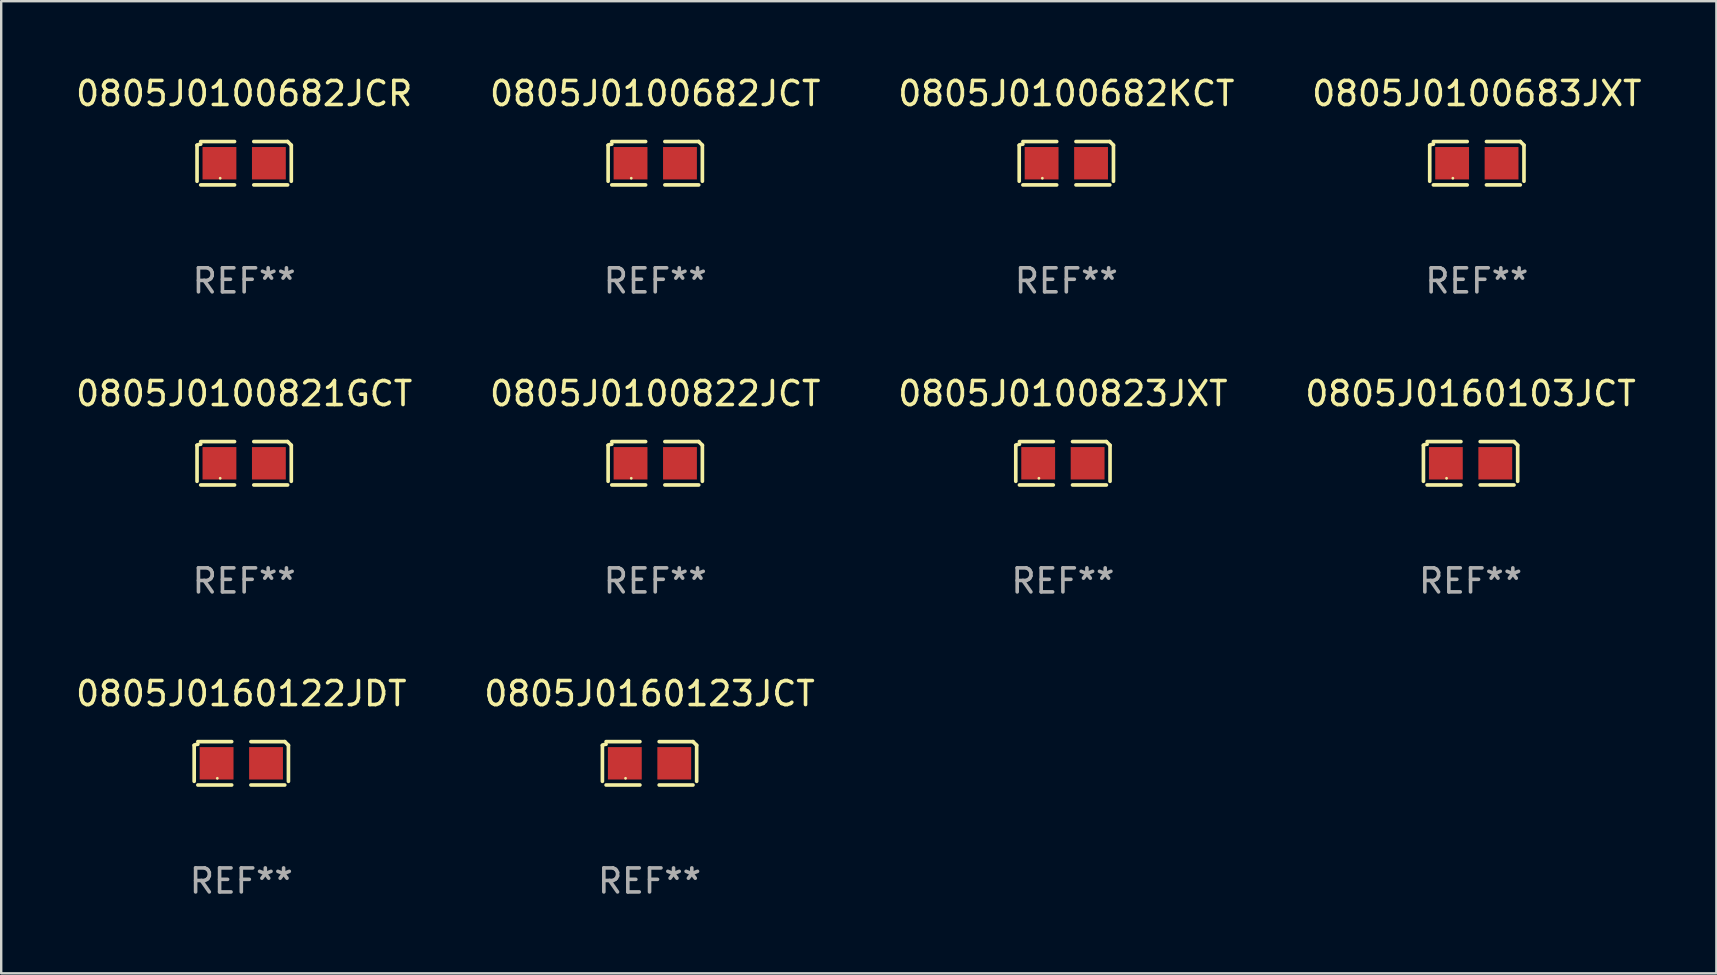
<source format=kicad_pcb>
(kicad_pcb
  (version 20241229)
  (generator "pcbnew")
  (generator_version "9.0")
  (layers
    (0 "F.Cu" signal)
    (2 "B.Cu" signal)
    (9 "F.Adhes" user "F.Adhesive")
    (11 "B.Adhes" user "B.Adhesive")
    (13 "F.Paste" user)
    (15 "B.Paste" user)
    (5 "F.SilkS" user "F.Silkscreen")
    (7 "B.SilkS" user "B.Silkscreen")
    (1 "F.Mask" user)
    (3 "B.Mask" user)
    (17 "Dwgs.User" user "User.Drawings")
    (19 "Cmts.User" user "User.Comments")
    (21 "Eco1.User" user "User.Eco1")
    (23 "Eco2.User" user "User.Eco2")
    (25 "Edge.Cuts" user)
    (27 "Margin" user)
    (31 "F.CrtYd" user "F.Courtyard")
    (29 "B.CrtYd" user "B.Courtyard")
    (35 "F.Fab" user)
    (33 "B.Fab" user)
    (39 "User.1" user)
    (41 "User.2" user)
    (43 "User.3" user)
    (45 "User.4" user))
  (footprint "0805J0100682JCR"
    (layer "F.Cu")
    (at 7.125 3.752)
    (property "Reference" "0805J0100682JCR" (at 0 -2.904 0) (layer "F.SilkS") (effects (font (size 1 1) (thickness 0.15))))
    (attr through_hole)
    (fp_line (start -1.964 0.751) (end -1.964 -0.751) (stroke (width 0.152) (type solid)) (layer "F.SilkS"))
    (fp_line (start -1.811 -0.904) (end -0.401 -0.904) (stroke (width 0.152) (type solid)) (layer "F.SilkS"))
    (fp_line (start -0.401 0.904) (end -1.811 0.904) (stroke (width 0.152) (type solid)) (layer "F.SilkS"))
    (fp_line (start 0.401 0.904) (end 1.811 0.904) (stroke (width 0.152) (type solid)) (layer "F.SilkS"))
    (fp_line (start 1.811 -0.904) (end 0.401 -0.904) (stroke (width 0.152) (type solid)) (layer "F.SilkS"))
    (fp_line (start 1.964 0.751) (end 1.964 -0.751) (stroke (width 0.152) (type solid)) (layer "F.SilkS"))
    (fp_arc (start -1.963602 -0.751207) (mid -1.890354 -0.783131) (end -1.811201 -0.794044) (stroke (width 0.1524) (type solid)) (layer "F.SilkS"))
    (fp_arc (start 1.811202 -0.903607) (mid 1.887413 -0.827418) (end 1.963602 -0.751207) (stroke (width 0.1524) (type solid)) (layer "F.SilkS"))
    (fp_circle (center -1 0.625) (end -0.97 0.625) (stroke (width 0.06) (type solid)) (fill no) (layer "F.SilkS"))
    (fp_text user "REF**" (at 0 4.904 0) (layer "F.Fab") (effects (font (size 1 1) (thickness 0.15))))
    (pad "1" smd rect (at -1.03 0) (size 1.41 1.35) (layers "F.Cu" "F.Mask" "F.Paste"))
    (pad "2" smd rect (at 1.03 0) (size 1.41 1.35) (layers "F.Cu" "F.Mask" "F.Paste")))
  (footprint "0805J0100822JCT"
    (layer "F.Cu")
    (at 24.256 16.256)
    (property "Reference" "0805J0100822JCT" (at 0 -2.904 0) (layer "F.SilkS") (effects (font (size 1 1) (thickness 0.15))))
    (attr through_hole)
    (fp_line (start -1.964 0.751) (end -1.964 -0.751) (stroke (width 0.152) (type solid)) (layer "F.SilkS"))
    (fp_line (start -1.811 -0.904) (end -0.401 -0.904) (stroke (width 0.152) (type solid)) (layer "F.SilkS"))
    (fp_line (start -0.401 0.904) (end -1.811 0.904) (stroke (width 0.152) (type solid)) (layer "F.SilkS"))
    (fp_line (start 0.401 0.904) (end 1.811 0.904) (stroke (width 0.152) (type solid)) (layer "F.SilkS"))
    (fp_line (start 1.811 -0.904) (end 0.401 -0.904) (stroke (width 0.152) (type solid)) (layer "F.SilkS"))
    (fp_line (start 1.964 0.751) (end 1.964 -0.751) (stroke (width 0.152) (type solid)) (layer "F.SilkS"))
    (fp_arc (start -1.963602 -0.751207) (mid -1.890354 -0.783131) (end -1.811201 -0.794044) (stroke (width 0.1524) (type solid)) (layer "F.SilkS"))
    (fp_arc (start 1.811202 -0.903607) (mid 1.887413 -0.827418) (end 1.963602 -0.751207) (stroke (width 0.1524) (type solid)) (layer "F.SilkS"))
    (fp_circle (center -1 0.625) (end -0.97 0.625) (stroke (width 0.06) (type solid)) (fill no) (layer "F.SilkS"))
    (fp_text user "REF**" (at 0 4.904 0) (layer "F.Fab") (effects (font (size 1 1) (thickness 0.15))))
    (pad "1" smd rect (at -1.03 0) (size 1.41 1.35) (layers "F.Cu" "F.Mask" "F.Paste"))
    (pad "2" smd rect (at 1.03 0) (size 1.41 1.35) (layers "F.Cu" "F.Mask" "F.Paste")))
  (footprint "0805J0100821GCT"
    (layer "F.Cu")
    (at 7.125 16.256)
    (property "Reference" "0805J0100821GCT" (at 0 -2.904 0) (layer "F.SilkS") (effects (font (size 1 1) (thickness 0.15))))
    (attr through_hole)
    (fp_line (start -1.964 0.751) (end -1.964 -0.751) (stroke (width 0.152) (type solid)) (layer "F.SilkS"))
    (fp_line (start -1.811 -0.904) (end -0.401 -0.904) (stroke (width 0.152) (type solid)) (layer "F.SilkS"))
    (fp_line (start -0.401 0.904) (end -1.811 0.904) (stroke (width 0.152) (type solid)) (layer "F.SilkS"))
    (fp_line (start 0.401 0.904) (end 1.811 0.904) (stroke (width 0.152) (type solid)) (layer "F.SilkS"))
    (fp_line (start 1.811 -0.904) (end 0.401 -0.904) (stroke (width 0.152) (type solid)) (layer "F.SilkS"))
    (fp_line (start 1.964 0.751) (end 1.964 -0.751) (stroke (width 0.152) (type solid)) (layer "F.SilkS"))
    (fp_arc (start -1.963602 -0.751207) (mid -1.890354 -0.783131) (end -1.811201 -0.794044) (stroke (width 0.1524) (type solid)) (layer "F.SilkS"))
    (fp_arc (start 1.811202 -0.903607) (mid 1.887413 -0.827418) (end 1.963602 -0.751207) (stroke (width 0.1524) (type solid)) (layer "F.SilkS"))
    (fp_circle (center -1 0.625) (end -0.97 0.625) (stroke (width 0.06) (type solid)) (fill no) (layer "F.SilkS"))
    (fp_text user "REF**" (at 0 4.904 0) (layer "F.Fab") (effects (font (size 1 1) (thickness 0.15))))
    (pad "1" smd rect (at -1.03 0) (size 1.41 1.35) (layers "F.Cu" "F.Mask" "F.Paste"))
    (pad "2" smd rect (at 1.03 0) (size 1.41 1.35) (layers "F.Cu" "F.Mask" "F.Paste")))
  (footprint "0805J0160123JCT"
    (layer "F.Cu")
    (at 24.018 28.759)
    (property "Reference" "0805J0160123JCT" (at 0 -2.904 0) (layer "F.SilkS") (effects (font (size 1 1) (thickness 0.15))))
    (attr through_hole)
    (fp_line (start -1.964 0.751) (end -1.964 -0.751) (stroke (width 0.152) (type solid)) (layer "F.SilkS"))
    (fp_line (start -1.811 -0.904) (end -0.401 -0.904) (stroke (width 0.152) (type solid)) (layer "F.SilkS"))
    (fp_line (start -0.401 0.904) (end -1.811 0.904) (stroke (width 0.152) (type solid)) (layer "F.SilkS"))
    (fp_line (start 0.401 0.904) (end 1.811 0.904) (stroke (width 0.152) (type solid)) (layer "F.SilkS"))
    (fp_line (start 1.811 -0.904) (end 0.401 -0.904) (stroke (width 0.152) (type solid)) (layer "F.SilkS"))
    (fp_line (start 1.964 0.751) (end 1.964 -0.751) (stroke (width 0.152) (type solid)) (layer "F.SilkS"))
    (fp_arc (start -1.963602 -0.751207) (mid -1.890354 -0.783131) (end -1.811201 -0.794044) (stroke (width 0.1524) (type solid)) (layer "F.SilkS"))
    (fp_arc (start 1.811202 -0.903607) (mid 1.887413 -0.827418) (end 1.963602 -0.751207) (stroke (width 0.1524) (type solid)) (layer "F.SilkS"))
    (fp_circle (center -1 0.625) (end -0.97 0.625) (stroke (width 0.06) (type solid)) (fill no) (layer "F.SilkS"))
    (fp_text user "REF**" (at 0 4.904 0) (layer "F.Fab") (effects (font (size 1 1) (thickness 0.15))))
    (pad "1" smd rect (at -1.03 0) (size 1.41 1.35) (layers "F.Cu" "F.Mask" "F.Paste"))
    (pad "2" smd rect (at 1.03 0) (size 1.41 1.35) (layers "F.Cu" "F.Mask" "F.Paste")))
  (footprint "0805J0100683JXT"
    (layer "F.Cu")
    (at 58.494 3.752)
    (property "Reference" "0805J0100683JXT" (at 0 -2.904 0) (layer "F.SilkS") (effects (font (size 1 1) (thickness 0.15))))
    (attr through_hole)
    (fp_line (start -1.964 0.751) (end -1.964 -0.751) (stroke (width 0.152) (type solid)) (layer "F.SilkS"))
    (fp_line (start -1.811 -0.904) (end -0.401 -0.904) (stroke (width 0.152) (type solid)) (layer "F.SilkS"))
    (fp_line (start -0.401 0.904) (end -1.811 0.904) (stroke (width 0.152) (type solid)) (layer "F.SilkS"))
    (fp_line (start 0.401 0.904) (end 1.811 0.904) (stroke (width 0.152) (type solid)) (layer "F.SilkS"))
    (fp_line (start 1.811 -0.904) (end 0.401 -0.904) (stroke (width 0.152) (type solid)) (layer "F.SilkS"))
    (fp_line (start 1.964 0.751) (end 1.964 -0.751) (stroke (width 0.152) (type solid)) (layer "F.SilkS"))
    (fp_arc (start -1.963602 -0.751207) (mid -1.890354 -0.783131) (end -1.811201 -0.794044) (stroke (width 0.1524) (type solid)) (layer "F.SilkS"))
    (fp_arc (start 1.811202 -0.903607) (mid 1.887413 -0.827418) (end 1.963602 -0.751207) (stroke (width 0.1524) (type solid)) (layer "F.SilkS"))
    (fp_circle (center -1 0.625) (end -0.97 0.625) (stroke (width 0.06) (type solid)) (fill no) (layer "F.SilkS"))
    (fp_text user "REF**" (at 0 4.904 0) (layer "F.Fab") (effects (font (size 1 1) (thickness 0.15))))
    (pad "1" smd rect (at -1.03 0) (size 1.41 1.35) (layers "F.Cu" "F.Mask" "F.Paste"))
    (pad "2" smd rect (at 1.03 0) (size 1.41 1.35) (layers "F.Cu" "F.Mask" "F.Paste")))
  (footprint "0805J0160122JDT"
    (layer "F.Cu")
    (at 7.006 28.759)
    (property "Reference" "0805J0160122JDT" (at 0 -2.904 0) (layer "F.SilkS") (effects (font (size 1 1) (thickness 0.15))))
    (attr through_hole)
    (fp_line (start -1.964 0.751) (end -1.964 -0.751) (stroke (width 0.152) (type solid)) (layer "F.SilkS"))
    (fp_line (start -1.811 -0.904) (end -0.401 -0.904) (stroke (width 0.152) (type solid)) (layer "F.SilkS"))
    (fp_line (start -0.401 0.904) (end -1.811 0.904) (stroke (width 0.152) (type solid)) (layer "F.SilkS"))
    (fp_line (start 0.401 0.904) (end 1.811 0.904) (stroke (width 0.152) (type solid)) (layer "F.SilkS"))
    (fp_line (start 1.811 -0.904) (end 0.401 -0.904) (stroke (width 0.152) (type solid)) (layer "F.SilkS"))
    (fp_line (start 1.964 0.751) (end 1.964 -0.751) (stroke (width 0.152) (type solid)) (layer "F.SilkS"))
    (fp_arc (start -1.963602 -0.751207) (mid -1.890354 -0.783131) (end -1.811201 -0.794044) (stroke (width 0.1524) (type solid)) (layer "F.SilkS"))
    (fp_arc (start 1.811202 -0.903607) (mid 1.887413 -0.827418) (end 1.963602 -0.751207) (stroke (width 0.1524) (type solid)) (layer "F.SilkS"))
    (fp_circle (center -1 0.625) (end -0.97 0.625) (stroke (width 0.06) (type solid)) (fill no) (layer "F.SilkS"))
    (fp_text user "REF**" (at 0 4.904 0) (layer "F.Fab") (effects (font (size 1 1) (thickness 0.15))))
    (pad "1" smd rect (at -1.03 0) (size 1.41 1.35) (layers "F.Cu" "F.Mask" "F.Paste"))
    (pad "2" smd rect (at 1.03 0) (size 1.41 1.35) (layers "F.Cu" "F.Mask" "F.Paste")))
  (footprint "0805J0100823JXT"
    (layer "F.Cu")
    (at 41.244 16.256)
    (property "Reference" "0805J0100823JXT" (at 0 -2.904 0) (layer "F.SilkS") (effects (font (size 1 1) (thickness 0.15))))
    (attr through_hole)
    (fp_line (start -1.964 0.751) (end -1.964 -0.751) (stroke (width 0.152) (type solid)) (layer "F.SilkS"))
    (fp_line (start -1.811 -0.904) (end -0.401 -0.904) (stroke (width 0.152) (type solid)) (layer "F.SilkS"))
    (fp_line (start -0.401 0.904) (end -1.811 0.904) (stroke (width 0.152) (type solid)) (layer "F.SilkS"))
    (fp_line (start 0.401 0.904) (end 1.811 0.904) (stroke (width 0.152) (type solid)) (layer "F.SilkS"))
    (fp_line (start 1.811 -0.904) (end 0.401 -0.904) (stroke (width 0.152) (type solid)) (layer "F.SilkS"))
    (fp_line (start 1.964 0.751) (end 1.964 -0.751) (stroke (width 0.152) (type solid)) (layer "F.SilkS"))
    (fp_arc (start -1.963602 -0.751207) (mid -1.890354 -0.783131) (end -1.811201 -0.794044) (stroke (width 0.1524) (type solid)) (layer "F.SilkS"))
    (fp_arc (start 1.811202 -0.903607) (mid 1.887413 -0.827418) (end 1.963602 -0.751207) (stroke (width 0.1524) (type solid)) (layer "F.SilkS"))
    (fp_circle (center -1 0.625) (end -0.97 0.625) (stroke (width 0.06) (type solid)) (fill no) (layer "F.SilkS"))
    (fp_text user "REF**" (at 0 4.904 0) (layer "F.Fab") (effects (font (size 1 1) (thickness 0.15))))
    (pad "1" smd rect (at -1.03 0) (size 1.41 1.35) (layers "F.Cu" "F.Mask" "F.Paste"))
    (pad "2" smd rect (at 1.03 0) (size 1.41 1.35) (layers "F.Cu" "F.Mask" "F.Paste")))
  (footprint "0805J0100682JCT"
    (layer "F.Cu")
    (at 24.256 3.752)
    (property "Reference" "0805J0100682JCT" (at 0 -2.904 0) (layer "F.SilkS") (effects (font (size 1 1) (thickness 0.15))))
    (attr through_hole)
    (fp_line (start -1.964 0.751) (end -1.964 -0.751) (stroke (width 0.152) (type solid)) (layer "F.SilkS"))
    (fp_line (start -1.811 -0.904) (end -0.401 -0.904) (stroke (width 0.152) (type solid)) (layer "F.SilkS"))
    (fp_line (start -0.401 0.904) (end -1.811 0.904) (stroke (width 0.152) (type solid)) (layer "F.SilkS"))
    (fp_line (start 0.401 0.904) (end 1.811 0.904) (stroke (width 0.152) (type solid)) (layer "F.SilkS"))
    (fp_line (start 1.811 -0.904) (end 0.401 -0.904) (stroke (width 0.152) (type solid)) (layer "F.SilkS"))
    (fp_line (start 1.964 0.751) (end 1.964 -0.751) (stroke (width 0.152) (type solid)) (layer "F.SilkS"))
    (fp_arc (start -1.963602 -0.751207) (mid -1.890354 -0.783131) (end -1.811201 -0.794044) (stroke (width 0.1524) (type solid)) (layer "F.SilkS"))
    (fp_arc (start 1.811202 -0.903607) (mid 1.887413 -0.827418) (end 1.963602 -0.751207) (stroke (width 0.1524) (type solid)) (layer "F.SilkS"))
    (fp_circle (center -1 0.625) (end -0.97 0.625) (stroke (width 0.06) (type solid)) (fill no) (layer "F.SilkS"))
    (fp_text user "REF**" (at 0 4.904 0) (layer "F.Fab") (effects (font (size 1 1) (thickness 0.15))))
    (pad "1" smd rect (at -1.03 0) (size 1.41 1.35) (layers "F.Cu" "F.Mask" "F.Paste"))
    (pad "2" smd rect (at 1.03 0) (size 1.41 1.35) (layers "F.Cu" "F.Mask" "F.Paste")))
  (footprint "0805J0100682KCT"
    (layer "F.Cu")
    (at 41.387 3.752)
    (property "Reference" "0805J0100682KCT" (at 0 -2.904 0) (layer "F.SilkS") (effects (font (size 1 1) (thickness 0.15))))
    (attr through_hole)
    (fp_line (start -1.964 0.751) (end -1.964 -0.751) (stroke (width 0.152) (type solid)) (layer "F.SilkS"))
    (fp_line (start -1.811 -0.904) (end -0.401 -0.904) (stroke (width 0.152) (type solid)) (layer "F.SilkS"))
    (fp_line (start -0.401 0.904) (end -1.811 0.904) (stroke (width 0.152) (type solid)) (layer "F.SilkS"))
    (fp_line (start 0.401 0.904) (end 1.811 0.904) (stroke (width 0.152) (type solid)) (layer "F.SilkS"))
    (fp_line (start 1.811 -0.904) (end 0.401 -0.904) (stroke (width 0.152) (type solid)) (layer "F.SilkS"))
    (fp_line (start 1.964 0.751) (end 1.964 -0.751) (stroke (width 0.152) (type solid)) (layer "F.SilkS"))
    (fp_arc (start -1.963602 -0.751207) (mid -1.890354 -0.783131) (end -1.811201 -0.794044) (stroke (width 0.1524) (type solid)) (layer "F.SilkS"))
    (fp_arc (start 1.811202 -0.903607) (mid 1.887413 -0.827418) (end 1.963602 -0.751207) (stroke (width 0.1524) (type solid)) (layer "F.SilkS"))
    (fp_circle (center -1 0.625) (end -0.97 0.625) (stroke (width 0.06) (type solid)) (fill no) (layer "F.SilkS"))
    (fp_text user "REF**" (at 0 4.904 0) (layer "F.Fab") (effects (font (size 1 1) (thickness 0.15))))
    (pad "1" smd rect (at -1.03 0) (size 1.41 1.35) (layers "F.Cu" "F.Mask" "F.Paste"))
    (pad "2" smd rect (at 1.03 0) (size 1.41 1.35) (layers "F.Cu" "F.Mask" "F.Paste")))
  (footprint "0805J0160103JCT"
    (layer "F.Cu")
    (at 58.232 16.256)
    (property "Reference" "0805J0160103JCT" (at 0 -2.904 0) (layer "F.SilkS") (effects (font (size 1 1) (thickness 0.15))))
    (attr through_hole)
    (fp_line (start -1.964 0.751) (end -1.964 -0.751) (stroke (width 0.152) (type solid)) (layer "F.SilkS"))
    (fp_line (start -1.811 -0.904) (end -0.401 -0.904) (stroke (width 0.152) (type solid)) (layer "F.SilkS"))
    (fp_line (start -0.401 0.904) (end -1.811 0.904) (stroke (width 0.152) (type solid)) (layer "F.SilkS"))
    (fp_line (start 0.401 0.904) (end 1.811 0.904) (stroke (width 0.152) (type solid)) (layer "F.SilkS"))
    (fp_line (start 1.811 -0.904) (end 0.401 -0.904) (stroke (width 0.152) (type solid)) (layer "F.SilkS"))
    (fp_line (start 1.964 0.751) (end 1.964 -0.751) (stroke (width 0.152) (type solid)) (layer "F.SilkS"))
    (fp_arc (start -1.963602 -0.751207) (mid -1.890354 -0.783131) (end -1.811201 -0.794044) (stroke (width 0.1524) (type solid)) (layer "F.SilkS"))
    (fp_arc (start 1.811202 -0.903607) (mid 1.887413 -0.827418) (end 1.963602 -0.751207) (stroke (width 0.1524) (type solid)) (layer "F.SilkS"))
    (fp_circle (center -1 0.625) (end -0.97 0.625) (stroke (width 0.06) (type solid)) (fill no) (layer "F.SilkS"))
    (fp_text user "REF**" (at 0 4.904 0) (layer "F.Fab") (effects (font (size 1 1) (thickness 0.15))))
    (pad "1" smd rect (at -1.03 0) (size 1.41 1.35) (layers "F.Cu" "F.Mask" "F.Paste"))
    (pad "2" smd rect (at 1.03 0) (size 1.41 1.35) (layers "F.Cu" "F.Mask" "F.Paste")))
  (gr_rect
    (start -3 -3)
    (end 68.476 37.511)
    (stroke (width 0.1) (type default))
    (fill no)
    (layer "Edge.Cuts")))
</source>
